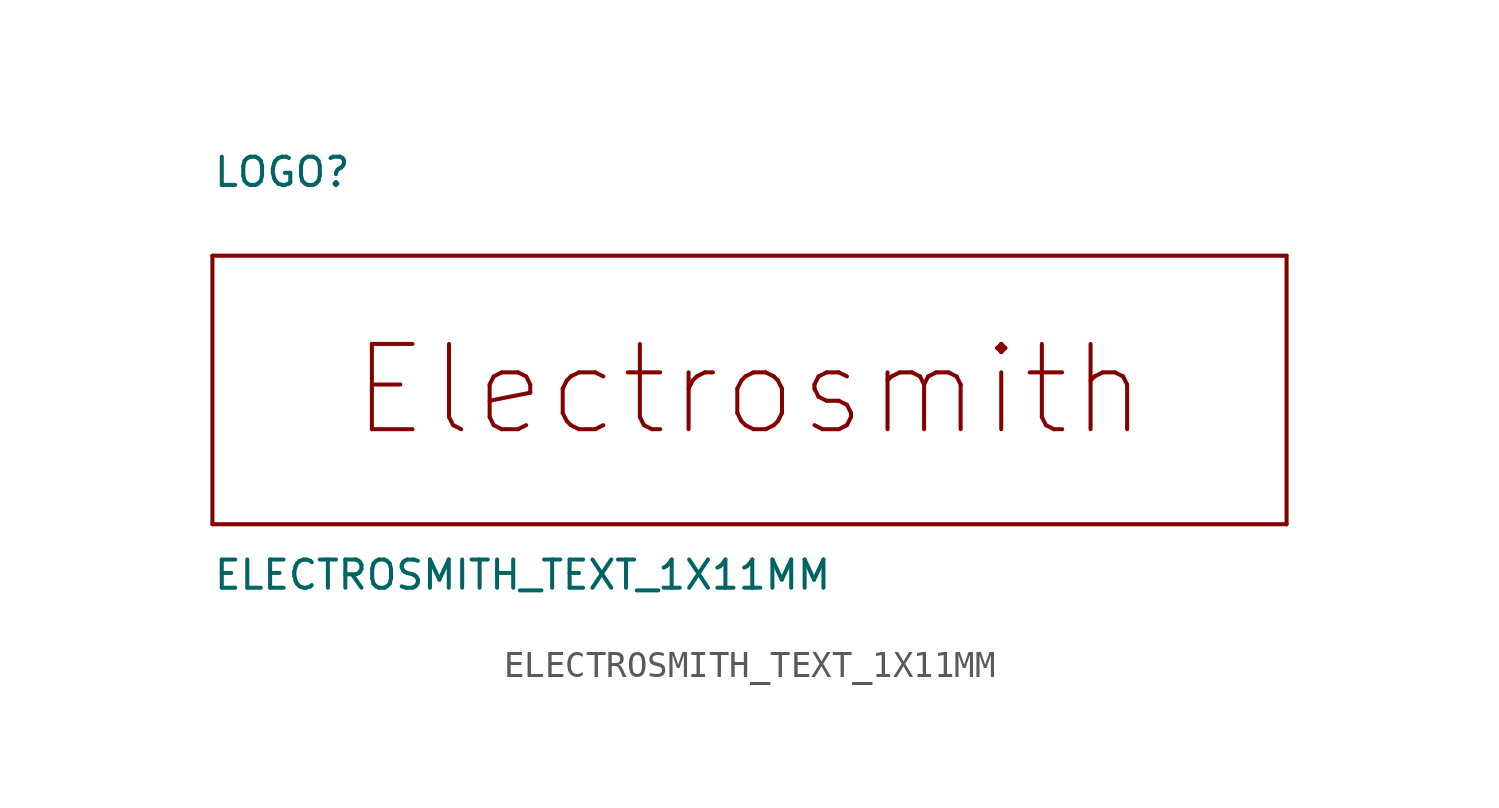
<source format=kicad_sym>
(kicad_symbol_lib
  (version 20211014)
  (generator kicad_symbol_editor)
  (symbol "ELECTROSMITH_TEXT_1X11MM"
    (pin_names
      (offset 1.016))
    (property "Reference" "LOGO"
      (at -20.32 7.62 0)
      (effects (font (size 1.067 1.067)) (justify left bottom)))
    (property "Value" "ELECTROSMITH_TEXT_1X11MM"
      (at -20.32 -7.62 0)
      (effects (font (size 1.067 1.067)) (justify left bottom)))
    (property "ki_locked" ""
      (at 0 0 0)
      (effects (font (size 1.27 1.27))))
    (symbol "ELECTROSMITH_TEXT_1X11MM_1_0"
      (polyline (pts (xy -20.32 -5.08) (xy -20.32 5.08)) (stroke (width 0) (type default) (color 0 0 0 0)) (fill (type none)))
      (polyline (pts (xy -20.32 5.08) (xy 20.32 5.08)) (stroke (width 0) (type default) (color 0 0 0 0)) (fill (type none)))
      (polyline (pts (xy 20.32 -5.08) (xy -20.32 -5.08)) (stroke (width 0) (type default) (color 0 0 0 0)) (fill (type none)))
      (polyline (pts (xy 20.32 5.08) (xy 20.32 -5.08)) (stroke (width 0) (type default) (color 0 0 0 0)) (fill (type none)))
      (text "Electrosmith" (at 0 0 0) (effects (font (size 3.226 3.226)))))))
</source>
